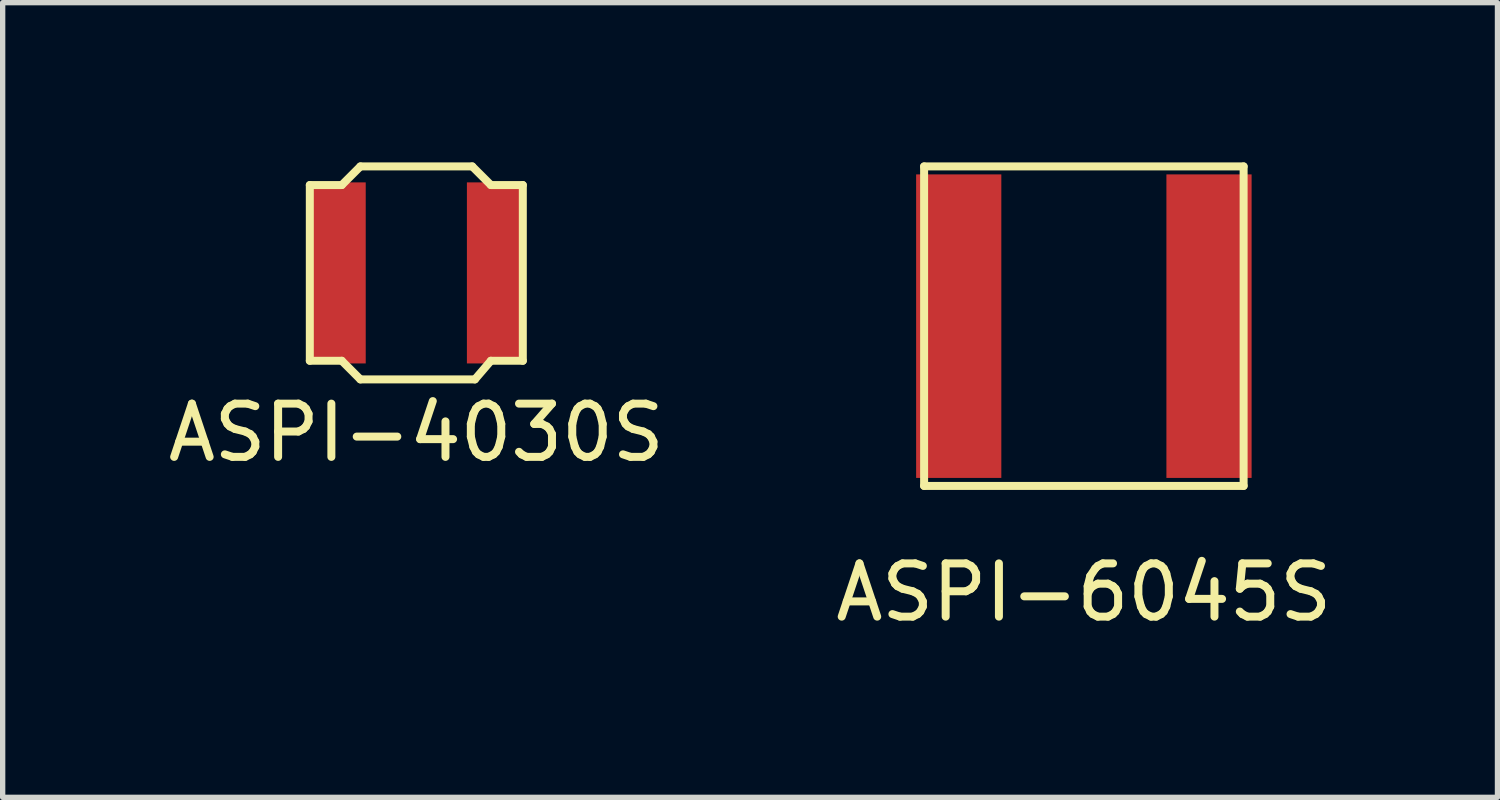
<source format=kicad_pcb>
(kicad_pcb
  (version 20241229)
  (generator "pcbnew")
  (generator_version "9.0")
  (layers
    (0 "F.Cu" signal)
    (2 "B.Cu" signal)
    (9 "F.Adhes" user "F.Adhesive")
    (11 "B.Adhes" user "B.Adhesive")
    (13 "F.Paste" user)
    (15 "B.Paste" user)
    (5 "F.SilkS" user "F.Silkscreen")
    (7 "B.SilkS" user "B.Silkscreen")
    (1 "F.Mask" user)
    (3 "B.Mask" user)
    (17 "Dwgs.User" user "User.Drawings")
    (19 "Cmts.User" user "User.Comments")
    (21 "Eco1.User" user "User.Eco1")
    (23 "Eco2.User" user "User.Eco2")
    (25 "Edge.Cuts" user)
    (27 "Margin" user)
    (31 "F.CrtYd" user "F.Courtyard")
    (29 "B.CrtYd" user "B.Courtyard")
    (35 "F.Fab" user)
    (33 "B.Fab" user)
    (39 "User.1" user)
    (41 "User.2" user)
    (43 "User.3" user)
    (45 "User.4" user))
  (footprint "ASPI-6045S"
    (layer "F.Cu")
    (at 17.304 3.075)
    (property "Reference" "ASPI-6045S" (at 0 5 0) (layer "F.SilkS") (effects (font (size 1 1) (thickness 0.15))))
    (attr through_hole)
    (fp_line (start -3 -3) (end -3 3) (stroke (width 0.15) (type solid)) (layer "F.SilkS"))
    (fp_line (start -3 3) (end 3 3) (stroke (width 0.15) (type solid)) (layer "F.SilkS"))
    (fp_line (start 3 -3) (end -3 -3) (stroke (width 0.15) (type solid)) (layer "F.SilkS"))
    (fp_line (start 3 3) (end 3 -3) (stroke (width 0.15) (type solid)) (layer "F.SilkS"))
    (pad "1" smd rect (at -2.35 0) (size 1.6 5.7) (layers "F.Cu" "F.Mask" "F.Paste"))
    (pad "2" smd rect (at 2.35 0) (size 1.6 5.7) (layers "F.Cu" "F.Mask" "F.Paste")))
  (footprint "ASPI-4030S"
    (layer "F.Cu")
    (at 4.768 2.075)
    (property "Reference" "ASPI-4030S" (at 0 3 0) (layer "F.SilkS") (effects (font (size 1 1) (thickness 0.15))))
    (attr through_hole)
    (fp_line (start -2 -1.65) (end -2 1.65) (stroke (width 0.15) (type solid)) (layer "F.SilkS"))
    (fp_line (start -2 1.65) (end -1.4 1.65) (stroke (width 0.15) (type solid)) (layer "F.SilkS"))
    (fp_line (start -1.4 -1.65) (end -2 -1.65) (stroke (width 0.15) (type solid)) (layer "F.SilkS"))
    (fp_line (start -1.4 1.65) (end -1.05 2) (stroke (width 0.15) (type solid)) (layer "F.SilkS"))
    (fp_line (start -1.05 -2) (end -1.4 -1.65) (stroke (width 0.15) (type solid)) (layer "F.SilkS"))
    (fp_line (start -1.05 2) (end 1.1 2) (stroke (width 0.15) (type solid)) (layer "F.SilkS"))
    (fp_line (start 1.05 -2) (end -1.05 -2) (stroke (width 0.15) (type solid)) (layer "F.SilkS"))
    (fp_line (start 1.1 2) (end 1.4 1.65) (stroke (width 0.15) (type solid)) (layer "F.SilkS"))
    (fp_line (start 1.4 -1.65) (end 1.05 -2) (stroke (width 0.15) (type solid)) (layer "F.SilkS"))
    (fp_line (start 1.4 1.65) (end 2 1.65) (stroke (width 0.15) (type solid)) (layer "F.SilkS"))
    (fp_line (start 2 -1.65) (end 1.4 -1.65) (stroke (width 0.15) (type solid)) (layer "F.SilkS"))
    (fp_line (start 2 1.65) (end 2 -1.65) (stroke (width 0.15) (type solid)) (layer "F.SilkS"))
    (pad "1" smd rect (at -1.5 0) (size 1.1 3.4) (layers "F.Cu" "F.Mask" "F.Paste"))
    (pad "2" smd rect (at 1.5 0) (size 1.1 3.4) (layers "F.Cu" "F.Mask" "F.Paste")))
  (gr_rect
    (start -3 -3)
    (end 25.071 11.923)
    (stroke (width 0.1) (type default))
    (fill no)
    (layer "Edge.Cuts")))
</source>
